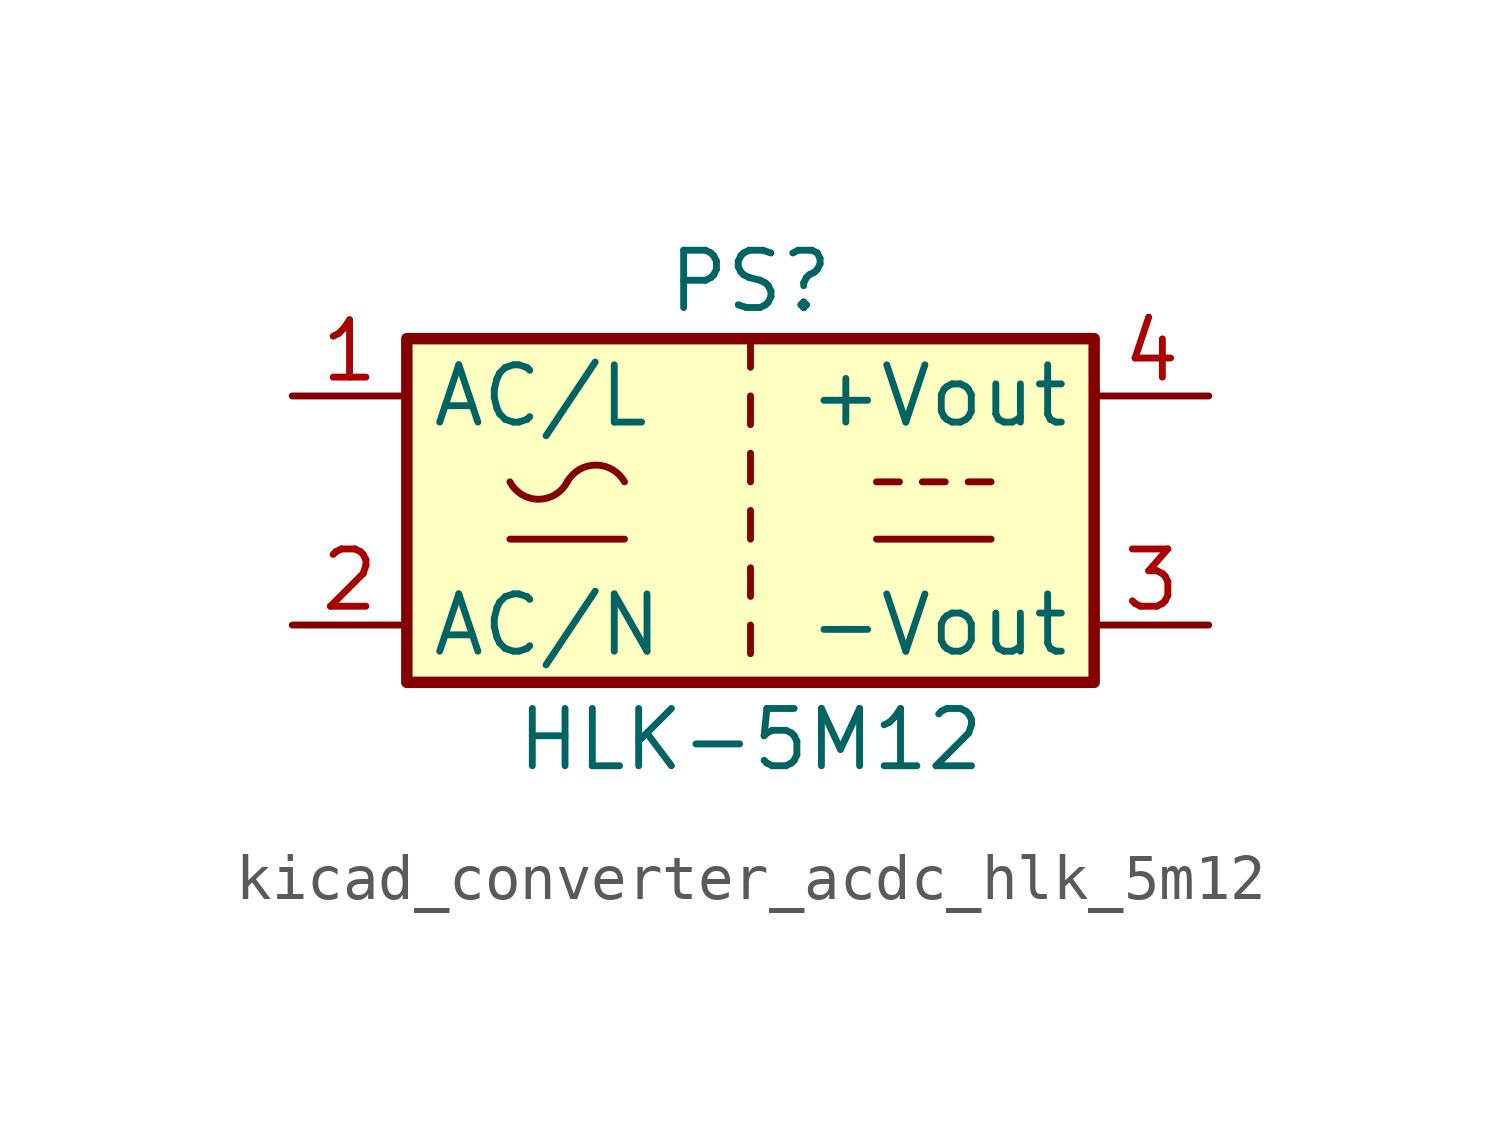
<source format=kicad_sym>
(kicad_symbol_lib
  (version 20220914)
  (generator kicad_symbol_editor)
  (symbol "kicad_converter_acdc_hlk_5m12"
    (property "Reference" "PS"
      (at 0 5.08 0)
      (effects (font (size 1.27 1.27))))
    (property "Value" "HLK-5M12"
      (at 0 -5.08 0)
      (effects (font (size 1.27 1.27))))
    (symbol "kicad_converter_acdc_hlk_5m12_0_1"
      (rectangle (start -7.62 3.81) (end 7.62 -3.81) (stroke (width 0.254) (type default)) (fill (type background)))
      (arc (start -5.334 0.635) (mid -4.699 0.2495) (end -4.064 0.635) (stroke (width 0) (type default)) (fill (type none)))
      (arc (start -2.794 0.635) (mid -3.429 1.0072) (end -4.064 0.635) (stroke (width 0) (type default)) (fill (type none)))
      (polyline (pts (xy -5.334 -0.635) (xy -2.794 -0.635)) (stroke (width 0) (type default)) (fill (type none)))
      (polyline (pts (xy 0 -2.54) (xy 0 -3.175)) (stroke (width 0) (type default)) (fill (type none)))
      (polyline (pts (xy 0 -1.27) (xy 0 -1.905)) (stroke (width 0) (type default)) (fill (type none)))
      (polyline (pts (xy 0 0) (xy 0 -0.635)) (stroke (width 0) (type default)) (fill (type none)))
      (polyline (pts (xy 0 1.27) (xy 0 0.635)) (stroke (width 0) (type default)) (fill (type none)))
      (polyline (pts (xy 0 2.54) (xy 0 1.905)) (stroke (width 0) (type default)) (fill (type none)))
      (polyline (pts (xy 0 3.81) (xy 0 3.175)) (stroke (width 0) (type default)) (fill (type none)))
      (polyline (pts (xy 2.794 -0.635) (xy 5.334 -0.635)) (stroke (width 0) (type default)) (fill (type none)))
      (polyline (pts (xy 2.794 0.635) (xy 3.302 0.635)) (stroke (width 0) (type default)) (fill (type none)))
      (polyline (pts (xy 3.81 0.635) (xy 4.318 0.635)) (stroke (width 0) (type default)) (fill (type none)))
      (polyline (pts (xy 4.826 0.635) (xy 5.334 0.635)) (stroke (width 0) (type default)) (fill (type none))))
    (symbol "kicad_converter_acdc_hlk_5m12_1_1"
      (pin power_in line (at -10.16 2.54 0) (length 2.54) (name "AC/L" (effects (font (size 1.27 1.27)))) (number "1" (effects (font (size 1.27 1.27)))))
      (pin power_in line (at -10.16 -2.54 0) (length 2.54) (name "AC/N" (effects (font (size 1.27 1.27)))) (number "2" (effects (font (size 1.27 1.27)))))
      (pin power_out line (at 10.16 -2.54 180) (length 2.54) (name "-Vout" (effects (font (size 1.27 1.27)))) (number "3" (effects (font (size 1.27 1.27)))))
      (pin power_out line (at 10.16 2.54 180) (length 2.54) (name "+Vout" (effects (font (size 1.27 1.27)))) (number "4" (effects (font (size 1.27 1.27))))))))
</source>
